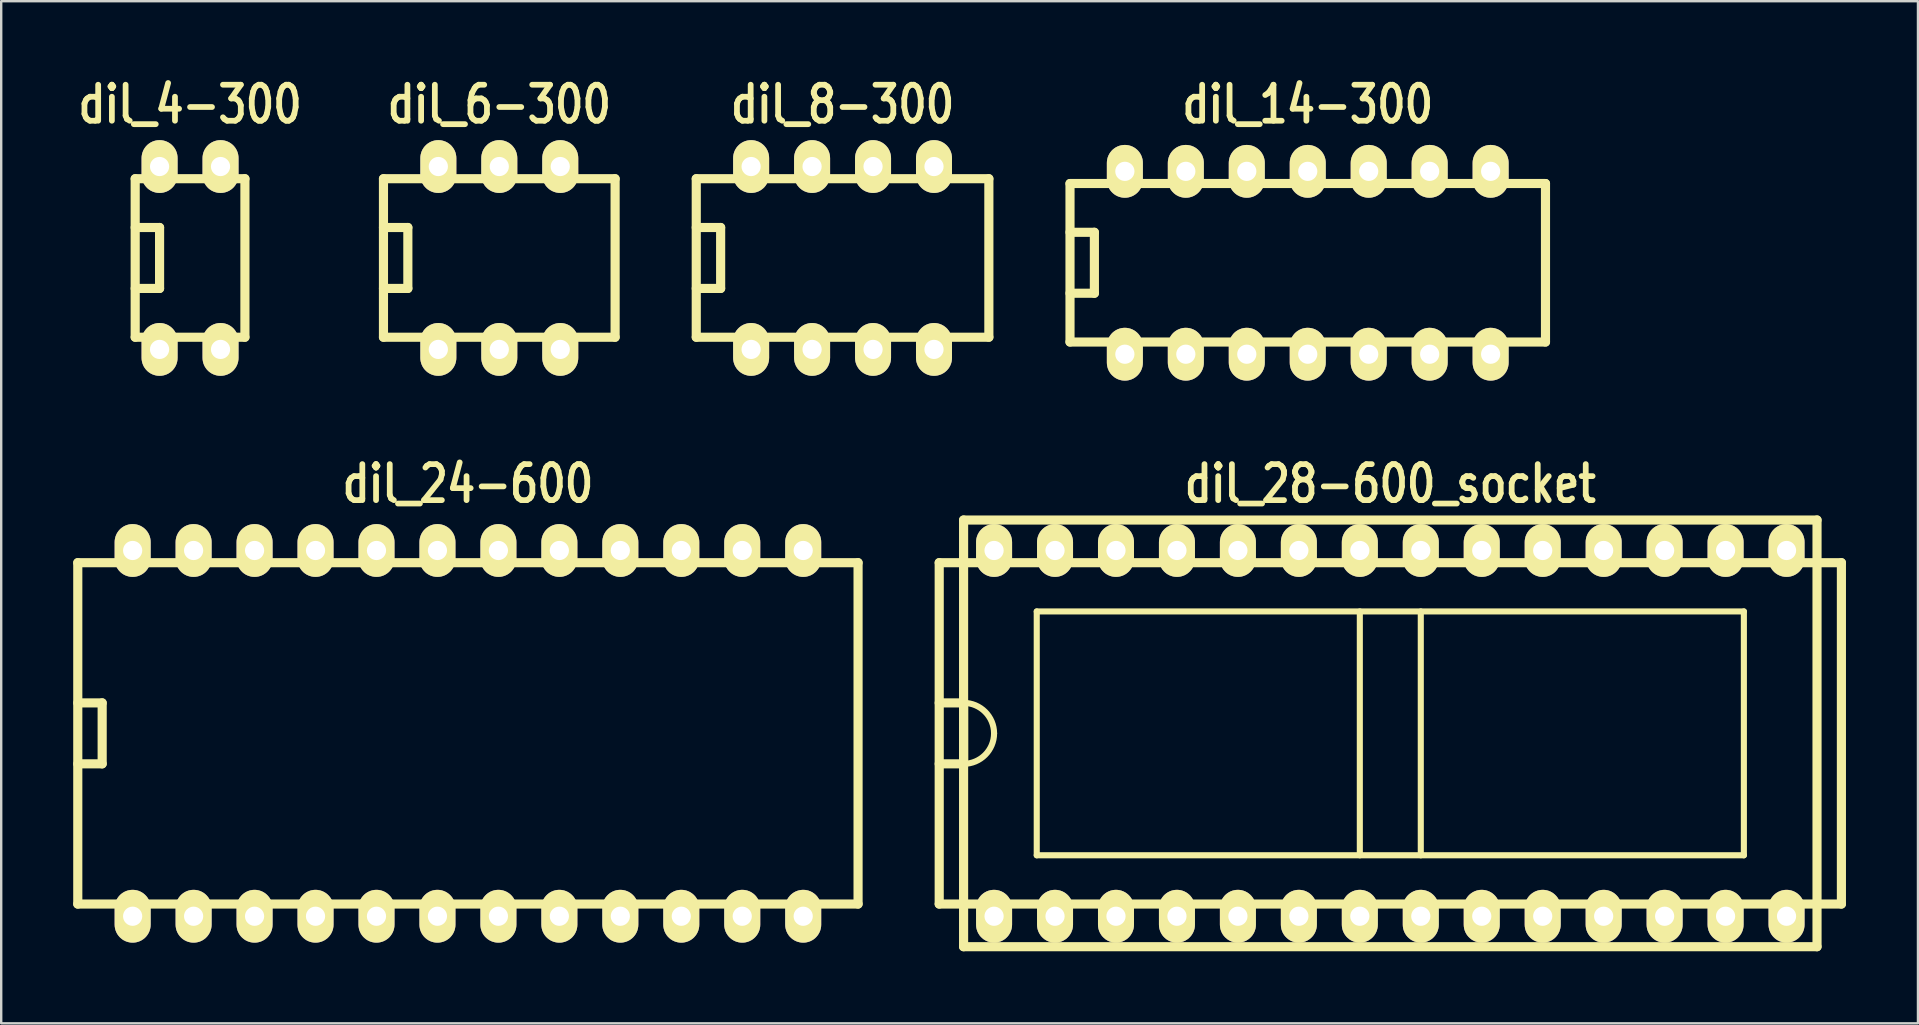
<source format=kicad_pcb>
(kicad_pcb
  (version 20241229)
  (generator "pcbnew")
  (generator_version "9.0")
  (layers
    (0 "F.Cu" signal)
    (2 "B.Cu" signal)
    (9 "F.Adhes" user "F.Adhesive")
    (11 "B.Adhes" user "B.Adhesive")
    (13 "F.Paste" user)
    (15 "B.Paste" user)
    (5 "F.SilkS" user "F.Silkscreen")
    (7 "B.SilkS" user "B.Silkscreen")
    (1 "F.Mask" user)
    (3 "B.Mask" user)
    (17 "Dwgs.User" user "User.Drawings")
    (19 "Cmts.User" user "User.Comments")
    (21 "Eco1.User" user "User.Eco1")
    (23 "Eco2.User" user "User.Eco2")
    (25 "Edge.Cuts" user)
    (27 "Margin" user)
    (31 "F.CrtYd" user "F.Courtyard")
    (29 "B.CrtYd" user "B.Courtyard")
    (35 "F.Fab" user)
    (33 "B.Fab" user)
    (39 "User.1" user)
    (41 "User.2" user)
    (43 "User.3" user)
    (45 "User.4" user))
  (footprint "dil_4-300"
    (layer "F.Cu")
    (at 4.869 7.699)
    (property "Reference" "dil_4-300" (at 0 -6.4 0) (layer "F.SilkS") (effects (font (size 1.5 1.2) (thickness 0.24))))
    (attr through_hole)
    (fp_line (start -2.286 -3.302) (end 2.286 -3.302) (stroke (width 0.381) (type solid)) (layer "F.SilkS"))
    (fp_line (start -2.286 3.302) (end -2.286 -3.302) (stroke (width 0.381) (type solid)) (layer "F.SilkS"))
    (fp_line (start -1.27 -1.27) (end -2.286 -1.27) (stroke (width 0.381) (type solid)) (layer "F.SilkS"))
    (fp_line (start -1.27 -1.27) (end -1.27 1.27) (stroke (width 0.381) (type solid)) (layer "F.SilkS"))
    (fp_line (start -1.27 1.27) (end -2.286 1.27) (stroke (width 0.381) (type solid)) (layer "F.SilkS"))
    (fp_line (start 2.286 -3.302) (end 2.286 3.302) (stroke (width 0.381) (type solid)) (layer "F.SilkS"))
    (fp_line (start 2.286 3.302) (end -2.286 3.302) (stroke (width 0.381) (type solid)) (layer "F.SilkS"))
    (pad "1" thru_hole oval (at -1.27 3.81) (size 1.5 2.2) (drill 0.8) (layers "*.Cu" "*.Mask" "F.SilkS"))
    (pad "2" thru_hole oval (at 1.27 3.81) (size 1.5 2.2) (drill 0.8) (layers "*.Cu" "*.Mask" "F.SilkS"))
    (pad "3" thru_hole oval (at 1.27 -3.81) (size 1.5 2.2) (drill 0.8) (layers "*.Cu" "*.Mask" "F.SilkS"))
    (pad "4" thru_hole oval (at -1.27 -3.81) (size 1.5 2.2) (drill 0.8) (layers "*.Cu" "*.Mask" "F.SilkS")))
  (footprint "dil_28-600_socket"
    (layer "F.Cu")
    (at 54.88 27.507)
    (property "Reference" "dil_28-600_socket" (at 0 -10.4 0) (layer "F.SilkS") (effects (font (size 1.5 1.2) (thickness 0.24))))
    (attr through_hole)
    (fp_line (start -18.796 -7.112) (end -18.796 7.112) (stroke (width 0.381) (type solid)) (layer "F.SilkS"))
    (fp_line (start -17.78 -8.89) (end 17.78 -8.89) (stroke (width 0.381) (type solid)) (layer "F.SilkS"))
    (fp_line (start -17.78 -1.27) (end -18.796 -1.27) (stroke (width 0.381) (type solid)) (layer "F.SilkS"))
    (fp_line (start -17.78 -1.27) (end -17.78 1.27) (stroke (width 0.381) (type solid)) (layer "F.SilkS"))
    (fp_line (start -17.78 1.27) (end -18.796 1.27) (stroke (width 0.381) (type solid)) (layer "F.SilkS"))
    (fp_line (start -17.78 8.89) (end -17.78 -8.89) (stroke (width 0.381) (type solid)) (layer "F.SilkS"))
    (fp_line (start -17.78 8.89) (end 17.78 8.89) (stroke (width 0.381) (type solid)) (layer "F.SilkS"))
    (fp_line (start -14.732 -5.08) (end -14.732 5.08) (stroke (width 0.254) (type solid)) (layer "F.SilkS"))
    (fp_line (start -14.732 5.08) (end 14.732 5.08) (stroke (width 0.254) (type solid)) (layer "F.SilkS"))
    (fp_line (start -1.27 -5.08) (end -1.27 5.08) (stroke (width 0.254) (type solid)) (layer "F.SilkS"))
    (fp_line (start 1.27 5.08) (end 1.27 -5.08) (stroke (width 0.254) (type solid)) (layer "F.SilkS"))
    (fp_line (start 14.732 -5.08) (end -14.732 -5.08) (stroke (width 0.254) (type solid)) (layer "F.SilkS"))
    (fp_line (start 14.732 -5.08) (end 14.732 5.08) (stroke (width 0.254) (type solid)) (layer "F.SilkS"))
    (fp_line (start 17.78 -8.89) (end 17.78 8.89) (stroke (width 0.381) (type solid)) (layer "F.SilkS"))
    (fp_line (start 18.796 -7.112) (end -18.796 -7.112) (stroke (width 0.381) (type solid)) (layer "F.SilkS"))
    (fp_line (start 18.796 7.112) (end -18.796 7.112) (stroke (width 0.381) (type solid)) (layer "F.SilkS"))
    (fp_line (start 18.796 7.112) (end 18.796 -7.112) (stroke (width 0.381) (type solid)) (layer "F.SilkS"))
    (fp_arc (start -17.78 -1.27) (mid -16.881974 -0.898026) (end -16.51 0) (stroke (width 0.254) (type solid)) (layer "F.SilkS"))
    (fp_arc (start -16.51 0) (mid -16.881974 0.898026) (end -17.78 1.27) (stroke (width 0.254) (type solid)) (layer "F.SilkS"))
    (pad "1" thru_hole oval (at -16.51 7.62) (size 1.5 2.2) (drill 0.8) (layers "*.Cu" "*.Mask" "F.SilkS"))
    (pad "2" thru_hole oval (at -13.97 7.62) (size 1.5 2.2) (drill 0.8) (layers "*.Cu" "*.Mask" "F.SilkS"))
    (pad "3" thru_hole oval (at -11.43 7.62) (size 1.5 2.2) (drill 0.8) (layers "*.Cu" "*.Mask" "F.SilkS"))
    (pad "4" thru_hole oval (at -8.89 7.62) (size 1.5 2.2) (drill 0.8) (layers "*.Cu" "*.Mask" "F.SilkS"))
    (pad "5" thru_hole oval (at -6.35 7.62) (size 1.5 2.2) (drill 0.8) (layers "*.Cu" "*.Mask" "F.SilkS"))
    (pad "6" thru_hole oval (at -3.81 7.62) (size 1.5 2.2) (drill 0.8) (layers "*.Cu" "*.Mask" "F.SilkS"))
    (pad "7" thru_hole oval (at -1.27 7.62) (size 1.5 2.2) (drill 0.8) (layers "*.Cu" "*.Mask" "F.SilkS"))
    (pad "8" thru_hole oval (at 1.27 7.62) (size 1.5 2.2) (drill 0.8) (layers "*.Cu" "*.Mask" "F.SilkS"))
    (pad "9" thru_hole oval (at 3.81 7.62) (size 1.5 2.2) (drill 0.8) (layers "*.Cu" "*.Mask" "F.SilkS"))
    (pad "10" thru_hole oval (at 6.35 7.62) (size 1.5 2.2) (drill 0.8) (layers "*.Cu" "*.Mask" "F.SilkS"))
    (pad "11" thru_hole oval (at 8.89 7.62) (size 1.5 2.2) (drill 0.8) (layers "*.Cu" "*.Mask" "F.SilkS"))
    (pad "12" thru_hole oval (at 11.43 7.62) (size 1.5 2.2) (drill 0.8) (layers "*.Cu" "*.Mask" "F.SilkS"))
    (pad "13" thru_hole oval (at 13.97 7.62) (size 1.5 2.2) (drill 0.8) (layers "*.Cu" "*.Mask" "F.SilkS"))
    (pad "14" thru_hole oval (at 16.51 7.62) (size 1.5 2.2) (drill 0.8) (layers "*.Cu" "*.Mask" "F.SilkS"))
    (pad "15" thru_hole oval (at 16.51 -7.62) (size 1.5 2.2) (drill 0.8) (layers "*.Cu" "*.Mask" "F.SilkS"))
    (pad "16" thru_hole oval (at 13.97 -7.62) (size 1.5 2.2) (drill 0.8) (layers "*.Cu" "*.Mask" "F.SilkS"))
    (pad "17" thru_hole oval (at 11.43 -7.62) (size 1.5 2.2) (drill 0.8) (layers "*.Cu" "*.Mask" "F.SilkS"))
    (pad "18" thru_hole oval (at 8.89 -7.62) (size 1.5 2.2) (drill 0.8) (layers "*.Cu" "*.Mask" "F.SilkS"))
    (pad "19" thru_hole oval (at 6.35 -7.62) (size 1.5 2.2) (drill 0.8) (layers "*.Cu" "*.Mask" "F.SilkS"))
    (pad "20" thru_hole oval (at 3.81 -7.62) (size 1.5 2.2) (drill 0.8) (layers "*.Cu" "*.Mask" "F.SilkS"))
    (pad "21" thru_hole oval (at 1.27 -7.62) (size 1.5 2.2) (drill 0.8) (layers "*.Cu" "*.Mask" "F.SilkS"))
    (pad "22" thru_hole oval (at -1.27 -7.62) (size 1.5 2.2) (drill 0.8) (layers "*.Cu" "*.Mask" "F.SilkS"))
    (pad "23" thru_hole oval (at -3.81 -7.62) (size 1.5 2.2) (drill 0.8) (layers "*.Cu" "*.Mask" "F.SilkS"))
    (pad "24" thru_hole oval (at -6.35 -7.62) (size 1.5 2.2) (drill 0.8) (layers "*.Cu" "*.Mask" "F.SilkS"))
    (pad "25" thru_hole oval (at -8.89 -7.62) (size 1.5 2.2) (drill 0.8) (layers "*.Cu" "*.Mask" "F.SilkS"))
    (pad "26" thru_hole oval (at -11.43 -7.62) (size 1.5 2.2) (drill 0.8) (layers "*.Cu" "*.Mask" "F.SilkS"))
    (pad "27" thru_hole oval (at -13.97 -7.62) (size 1.5 2.2) (drill 0.8) (layers "*.Cu" "*.Mask" "F.SilkS"))
    (pad "28" thru_hole oval (at -16.51 -7.62) (size 1.5 2.2) (drill 0.8) (layers "*.Cu" "*.Mask" "F.SilkS")))
  (footprint "dil_8-300"
    (layer "F.Cu")
    (at 32.057 7.699)
    (property "Reference" "dil_8-300" (at 0 -6.4 0) (layer "F.SilkS") (effects (font (size 1.5 1.2) (thickness 0.24))))
    (attr through_hole)
    (fp_line (start -6.096 -3.302) (end 6.096 -3.302) (stroke (width 0.381) (type solid)) (layer "F.SilkS"))
    (fp_line (start -6.096 3.302) (end -6.096 -3.302) (stroke (width 0.381) (type solid)) (layer "F.SilkS"))
    (fp_line (start -5.08 -1.27) (end -6.096 -1.27) (stroke (width 0.381) (type solid)) (layer "F.SilkS"))
    (fp_line (start -5.08 -1.27) (end -5.08 1.27) (stroke (width 0.381) (type solid)) (layer "F.SilkS"))
    (fp_line (start -5.08 1.27) (end -6.096 1.27) (stroke (width 0.381) (type solid)) (layer "F.SilkS"))
    (fp_line (start 6.096 -3.302) (end 6.096 3.302) (stroke (width 0.381) (type solid)) (layer "F.SilkS"))
    (fp_line (start 6.096 3.302) (end -6.096 3.302) (stroke (width 0.381) (type solid)) (layer "F.SilkS"))
    (pad "1" thru_hole oval (at -3.81 3.81) (size 1.5 2.2) (drill 0.8) (layers "*.Cu" "*.Mask" "F.SilkS"))
    (pad "2" thru_hole oval (at -1.27 3.81) (size 1.5 2.2) (drill 0.8) (layers "*.Cu" "*.Mask" "F.SilkS"))
    (pad "3" thru_hole oval (at 1.27 3.81) (size 1.5 2.2) (drill 0.8) (layers "*.Cu" "*.Mask" "F.SilkS"))
    (pad "4" thru_hole oval (at 3.81 3.81) (size 1.5 2.2) (drill 0.8) (layers "*.Cu" "*.Mask" "F.SilkS"))
    (pad "5" thru_hole oval (at 3.81 -3.81) (size 1.5 2.2) (drill 0.8) (layers "*.Cu" "*.Mask" "F.SilkS"))
    (pad "6" thru_hole oval (at 1.27 -3.81) (size 1.5 2.2) (drill 0.8) (layers "*.Cu" "*.Mask" "F.SilkS"))
    (pad "7" thru_hole oval (at -1.27 -3.81) (size 1.5 2.2) (drill 0.8) (layers "*.Cu" "*.Mask" "F.SilkS"))
    (pad "8" thru_hole oval (at -3.81 -3.81) (size 1.5 2.2) (drill 0.8) (layers "*.Cu" "*.Mask" "F.SilkS")))
  (footprint "dil_6-300"
    (layer "F.Cu")
    (at 17.754 7.699)
    (property "Reference" "dil_6-300" (at 0 -6.4 0) (layer "F.SilkS") (effects (font (size 1.5 1.2) (thickness 0.24))))
    (attr through_hole)
    (fp_line (start -4.826 -3.302) (end 4.826 -3.302) (stroke (width 0.381) (type solid)) (layer "F.SilkS"))
    (fp_line (start -4.826 3.302) (end -4.826 -3.302) (stroke (width 0.381) (type solid)) (layer "F.SilkS"))
    (fp_line (start -3.81 -1.27) (end -4.826 -1.27) (stroke (width 0.381) (type solid)) (layer "F.SilkS"))
    (fp_line (start -3.81 -1.27) (end -3.81 1.27) (stroke (width 0.381) (type solid)) (layer "F.SilkS"))
    (fp_line (start -3.81 1.27) (end -4.826 1.27) (stroke (width 0.381) (type solid)) (layer "F.SilkS"))
    (fp_line (start 4.826 -3.302) (end 4.826 3.302) (stroke (width 0.381) (type solid)) (layer "F.SilkS"))
    (fp_line (start 4.826 3.302) (end -4.826 3.302) (stroke (width 0.381) (type solid)) (layer "F.SilkS"))
    (pad "1" thru_hole oval (at -2.54 3.81) (size 1.5 2.2) (drill 0.8) (layers "*.Cu" "*.Mask" "F.SilkS"))
    (pad "2" thru_hole oval (at 0 3.81) (size 1.5 2.2) (drill 0.8) (layers "*.Cu" "*.Mask" "F.SilkS"))
    (pad "3" thru_hole oval (at 2.54 3.81) (size 1.5 2.2) (drill 0.8) (layers "*.Cu" "*.Mask" "F.SilkS"))
    (pad "4" thru_hole oval (at 2.54 -3.81) (size 1.5 2.2) (drill 0.8) (layers "*.Cu" "*.Mask" "F.SilkS"))
    (pad "5" thru_hole oval (at 0 -3.81) (size 1.5 2.2) (drill 0.8) (layers "*.Cu" "*.Mask" "F.SilkS"))
    (pad "6" thru_hole oval (at -2.54 -3.81) (size 1.5 2.2) (drill 0.8) (layers "*.Cu" "*.Mask" "F.SilkS")))
  (footprint "dil_24-600"
    (layer "F.Cu")
    (at 16.447 27.507)
    (property "Reference" "dil_24-600" (at 0 -10.4 0) (layer "F.SilkS") (effects (font (size 1.5 1.2) (thickness 0.24))))
    (attr through_hole)
    (fp_line (start -16.256 -7.112) (end -16.256 7.112) (stroke (width 0.381) (type solid)) (layer "F.SilkS"))
    (fp_line (start -16.256 -7.112) (end 16.256 -7.112) (stroke (width 0.381) (type solid)) (layer "F.SilkS"))
    (fp_line (start -15.24 -1.27) (end -16.256 -1.27) (stroke (width 0.381) (type solid)) (layer "F.SilkS"))
    (fp_line (start -15.24 -1.27) (end -15.24 1.27) (stroke (width 0.381) (type solid)) (layer "F.SilkS"))
    (fp_line (start -15.24 1.27) (end -16.256 1.27) (stroke (width 0.381) (type solid)) (layer "F.SilkS"))
    (fp_line (start 16.256 7.112) (end -16.256 7.112) (stroke (width 0.381) (type solid)) (layer "F.SilkS"))
    (fp_line (start 16.256 7.112) (end 16.256 -7.112) (stroke (width 0.381) (type solid)) (layer "F.SilkS"))
    (pad "1" thru_hole oval (at -13.97 7.62) (size 1.5 2.2) (drill 0.8) (layers "*.Cu" "*.Mask" "F.SilkS"))
    (pad "2" thru_hole oval (at -11.43 7.62) (size 1.5 2.2) (drill 0.8) (layers "*.Cu" "*.Mask" "F.SilkS"))
    (pad "3" thru_hole oval (at -8.89 7.62) (size 1.5 2.2) (drill 0.8) (layers "*.Cu" "*.Mask" "F.SilkS"))
    (pad "4" thru_hole oval (at -6.35 7.62) (size 1.5 2.2) (drill 0.8) (layers "*.Cu" "*.Mask" "F.SilkS"))
    (pad "5" thru_hole oval (at -3.81 7.62) (size 1.5 2.2) (drill 0.8) (layers "*.Cu" "*.Mask" "F.SilkS"))
    (pad "6" thru_hole oval (at -1.27 7.62) (size 1.5 2.2) (drill 0.8) (layers "*.Cu" "*.Mask" "F.SilkS"))
    (pad "7" thru_hole oval (at 1.27 7.62) (size 1.5 2.2) (drill 0.8) (layers "*.Cu" "*.Mask" "F.SilkS"))
    (pad "8" thru_hole oval (at 3.81 7.62) (size 1.5 2.2) (drill 0.8) (layers "*.Cu" "*.Mask" "F.SilkS"))
    (pad "9" thru_hole oval (at 6.35 7.62) (size 1.5 2.2) (drill 0.8) (layers "*.Cu" "*.Mask" "F.SilkS"))
    (pad "10" thru_hole oval (at 8.89 7.62) (size 1.5 2.2) (drill 0.8) (layers "*.Cu" "*.Mask" "F.SilkS"))
    (pad "11" thru_hole oval (at 11.43 7.62) (size 1.5 2.2) (drill 0.8) (layers "*.Cu" "*.Mask" "F.SilkS"))
    (pad "12" thru_hole oval (at 13.97 7.62) (size 1.5 2.2) (drill 0.8) (layers "*.Cu" "*.Mask" "F.SilkS"))
    (pad "13" thru_hole oval (at 13.97 -7.62) (size 1.5 2.2) (drill 0.8) (layers "*.Cu" "*.Mask" "F.SilkS"))
    (pad "14" thru_hole oval (at 11.43 -7.62) (size 1.5 2.2) (drill 0.8) (layers "*.Cu" "*.Mask" "F.SilkS"))
    (pad "15" thru_hole oval (at 8.89 -7.62) (size 1.5 2.2) (drill 0.8) (layers "*.Cu" "*.Mask" "F.SilkS"))
    (pad "16" thru_hole oval (at 6.35 -7.62) (size 1.5 2.2) (drill 0.8) (layers "*.Cu" "*.Mask" "F.SilkS"))
    (pad "17" thru_hole oval (at 3.81 -7.62) (size 1.5 2.2) (drill 0.8) (layers "*.Cu" "*.Mask" "F.SilkS"))
    (pad "18" thru_hole oval (at 1.27 -7.62) (size 1.5 2.2) (drill 0.8) (layers "*.Cu" "*.Mask" "F.SilkS"))
    (pad "19" thru_hole oval (at -1.27 -7.62) (size 1.5 2.2) (drill 0.8) (layers "*.Cu" "*.Mask" "F.SilkS"))
    (pad "20" thru_hole oval (at -3.81 -7.62) (size 1.5 2.2) (drill 0.8) (layers "*.Cu" "*.Mask" "F.SilkS"))
    (pad "21" thru_hole oval (at -6.35 -7.62) (size 1.5 2.2) (drill 0.8) (layers "*.Cu" "*.Mask" "F.SilkS"))
    (pad "22" thru_hole oval (at -8.89 -7.62) (size 1.5 2.2) (drill 0.8) (layers "*.Cu" "*.Mask" "F.SilkS"))
    (pad "23" thru_hole oval (at -11.43 -7.62) (size 1.5 2.2) (drill 0.8) (layers "*.Cu" "*.Mask" "F.SilkS"))
    (pad "24" thru_hole oval (at -13.97 -7.62) (size 1.5 2.2) (drill 0.8) (layers "*.Cu" "*.Mask" "F.SilkS")))
  (footprint "dil_14-300"
    (layer "F.Cu")
    (at 51.44 7.899)
    (property "Reference" "dil_14-300" (at 0 -6.6 0) (layer "F.SilkS") (effects (font (size 1.5 1.2) (thickness 0.24))))
    (attr through_hole)
    (fp_line (start -9.906 -3.302) (end 9.906 -3.302) (stroke (width 0.381) (type solid)) (layer "F.SilkS"))
    (fp_line (start -9.906 3.302) (end -9.906 -3.302) (stroke (width 0.381) (type solid)) (layer "F.SilkS"))
    (fp_line (start -8.89 -1.27) (end -9.906 -1.27) (stroke (width 0.381) (type solid)) (layer "F.SilkS"))
    (fp_line (start -8.89 -1.27) (end -8.89 1.27) (stroke (width 0.381) (type solid)) (layer "F.SilkS"))
    (fp_line (start -8.89 1.27) (end -9.906 1.27) (stroke (width 0.381) (type solid)) (layer "F.SilkS"))
    (fp_line (start 9.906 -3.302) (end 9.906 3.302) (stroke (width 0.381) (type solid)) (layer "F.SilkS"))
    (fp_line (start 9.906 3.302) (end -9.906 3.302) (stroke (width 0.381) (type solid)) (layer "F.SilkS"))
    (pad "1" thru_hole oval (at -7.62 3.81) (size 1.5 2.2) (drill 0.8) (layers "*.Cu" "*.Mask" "F.SilkS"))
    (pad "2" thru_hole oval (at -5.08 3.81) (size 1.5 2.2) (drill 0.8) (layers "*.Cu" "*.Mask" "F.SilkS"))
    (pad "3" thru_hole oval (at -2.54 3.81) (size 1.5 2.2) (drill 0.8) (layers "*.Cu" "*.Mask" "F.SilkS"))
    (pad "4" thru_hole oval (at 0 3.81) (size 1.5 2.2) (drill 0.8) (layers "*.Cu" "*.Mask" "F.SilkS"))
    (pad "5" thru_hole oval (at 2.54 3.81) (size 1.5 2.2) (drill 0.8) (layers "*.Cu" "*.Mask" "F.SilkS"))
    (pad "6" thru_hole oval (at 5.08 3.81) (size 1.5 2.2) (drill 0.8) (layers "*.Cu" "*.Mask" "F.SilkS"))
    (pad "7" thru_hole oval (at 7.62 3.81) (size 1.5 2.2) (drill 0.8) (layers "*.Cu" "*.Mask" "F.SilkS"))
    (pad "8" thru_hole oval (at 7.62 -3.81) (size 1.5 2.2) (drill 0.8) (layers "*.Cu" "*.Mask" "F.SilkS"))
    (pad "9" thru_hole oval (at 5.08 -3.81) (size 1.5 2.2) (drill 0.8) (layers "*.Cu" "*.Mask" "F.SilkS"))
    (pad "10" thru_hole oval (at 2.54 -3.81) (size 1.5 2.2) (drill 0.8) (layers "*.Cu" "*.Mask" "F.SilkS"))
    (pad "11" thru_hole oval (at 0 -3.81) (size 1.5 2.2) (drill 0.8) (layers "*.Cu" "*.Mask" "F.SilkS"))
    (pad "12" thru_hole oval (at -2.54 -3.81) (size 1.5 2.2) (drill 0.8) (layers "*.Cu" "*.Mask" "F.SilkS"))
    (pad "13" thru_hole oval (at -5.08 -3.81) (size 1.5 2.2) (drill 0.8) (layers "*.Cu" "*.Mask" "F.SilkS"))
    (pad "14" thru_hole oval (at -7.62 -3.81) (size 1.5 2.2) (drill 0.8) (layers "*.Cu" "*.Mask" "F.SilkS")))
  (gr_rect
    (start -3 -3)
    (end 76.866 39.588)
    (stroke (width 0.1) (type default))
    (fill no)
    (layer "Edge.Cuts")))
</source>
